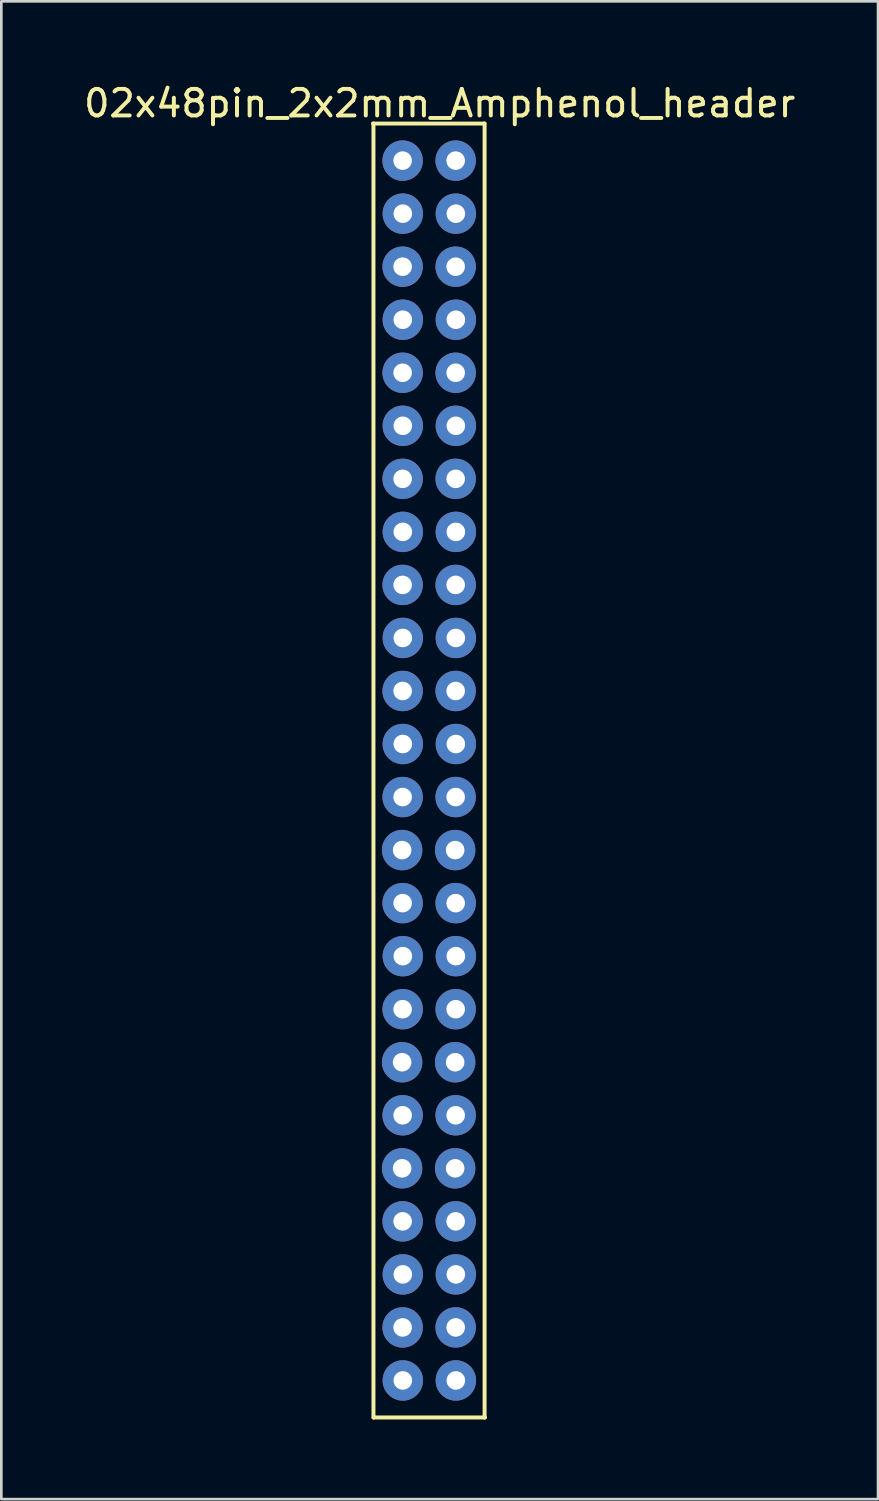
<source format=kicad_pcb>
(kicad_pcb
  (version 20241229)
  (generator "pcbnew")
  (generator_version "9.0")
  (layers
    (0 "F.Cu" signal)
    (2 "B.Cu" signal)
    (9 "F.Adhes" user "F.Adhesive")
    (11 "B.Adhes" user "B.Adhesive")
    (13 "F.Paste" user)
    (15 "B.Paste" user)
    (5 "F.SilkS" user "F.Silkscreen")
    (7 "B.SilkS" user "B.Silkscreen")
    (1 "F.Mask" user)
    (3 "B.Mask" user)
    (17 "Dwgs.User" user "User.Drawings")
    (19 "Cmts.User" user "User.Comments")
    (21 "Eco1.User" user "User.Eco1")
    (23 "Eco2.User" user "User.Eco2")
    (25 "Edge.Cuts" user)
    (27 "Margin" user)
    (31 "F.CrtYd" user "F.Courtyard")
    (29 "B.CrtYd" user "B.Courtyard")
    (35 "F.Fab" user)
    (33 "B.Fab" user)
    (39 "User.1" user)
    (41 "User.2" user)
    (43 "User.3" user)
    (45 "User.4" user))
  (footprint "02x48pin_2x2mm_Amphenol_header"
    (layer "F.Cu")
    (at 12.133 3.007)
    (property "Reference" "02x48pin_2x2mm_Amphenol_header" (at 1.397 -2.159 0) (layer "F.SilkS") (effects (font (size 1 1) (thickness 0.15))))
    (attr through_hole)
    (fp_line (start -1.118 -1.397) (end 3.082 -1.397) (stroke (width 0.15) (type solid)) (layer "F.SilkS"))
    (fp_line (start -1.1 -1.4) (end -1.1 47.4) (stroke (width 0.15) (type solid)) (layer "F.SilkS"))
    (fp_line (start -1.092 47.396) (end 3.108 47.396) (stroke (width 0.15) (type solid)) (layer "F.SilkS"))
    (fp_line (start 3.091 -1.4) (end 3.091 47.4) (stroke (width 0.15) (type solid)) (layer "F.SilkS"))
    (pad "1" thru_hole circle (at 0 0) (size 1.524 1.524) (drill 0.7) (layers "*.Cu" "*.Mask"))
    (pad "2" thru_hole circle (at 2 0) (size 1.524 1.524) (drill 0.7) (layers "*.Cu" "*.Mask"))
    (pad "3" thru_hole circle (at 0.007 2 180) (size 1.524 1.524) (drill 0.7) (layers "*.Cu" "*.Mask"))
    (pad "4" thru_hole circle (at 2.007 2 180) (size 1.524 1.524) (drill 0.7) (layers "*.Cu" "*.Mask"))
    (pad "5" thru_hole circle (at 0 4) (size 1.524 1.524) (drill 0.7) (layers "*.Cu" "*.Mask"))
    (pad "6" thru_hole circle (at 2 4) (size 1.524 1.524) (drill 0.7) (layers "*.Cu" "*.Mask"))
    (pad "7" thru_hole circle (at 0.007 6 180) (size 1.524 1.524) (drill 0.7) (layers "*.Cu" "*.Mask"))
    (pad "8" thru_hole circle (at 2.007 6 180) (size 1.524 1.524) (drill 0.7) (layers "*.Cu" "*.Mask"))
    (pad "9" thru_hole circle (at 0 8) (size 1.524 1.524) (drill 0.7) (layers "*.Cu" "*.Mask"))
    (pad "10" thru_hole circle (at 2 8) (size 1.524 1.524) (drill 0.7) (layers "*.Cu" "*.Mask"))
    (pad "11" thru_hole circle (at 0.007 10 180) (size 1.524 1.524) (drill 0.7) (layers "*.Cu" "*.Mask"))
    (pad "12" thru_hole circle (at 2.007 10 180) (size 1.524 1.524) (drill 0.7) (layers "*.Cu" "*.Mask"))
    (pad "13" thru_hole circle (at 0 12) (size 1.524 1.524) (drill 0.7) (layers "*.Cu" "*.Mask"))
    (pad "14" thru_hole circle (at 2 12) (size 1.524 1.524) (drill 0.7) (layers "*.Cu" "*.Mask"))
    (pad "15" thru_hole circle (at 0.007 14 180) (size 1.524 1.524) (drill 0.7) (layers "*.Cu" "*.Mask"))
    (pad "16" thru_hole circle (at 2.007 14 180) (size 1.524 1.524) (drill 0.7) (layers "*.Cu" "*.Mask"))
    (pad "17" thru_hole circle (at 0 16) (size 1.524 1.524) (drill 0.7) (layers "*.Cu" "*.Mask"))
    (pad "18" thru_hole circle (at 2 16) (size 1.524 1.524) (drill 0.7) (layers "*.Cu" "*.Mask"))
    (pad "19" thru_hole circle (at 0.007 18 180) (size 1.524 1.524) (drill 0.7) (layers "*.Cu" "*.Mask"))
    (pad "20" thru_hole circle (at 2.007 18 180) (size 1.524 1.524) (drill 0.7) (layers "*.Cu" "*.Mask"))
    (pad "21" thru_hole circle (at 0 20) (size 1.524 1.524) (drill 0.7) (layers "*.Cu" "*.Mask"))
    (pad "22" thru_hole circle (at 2 20) (size 1.524 1.524) (drill 0.7) (layers "*.Cu" "*.Mask"))
    (pad "23" thru_hole circle (at 0.007 22 180) (size 1.524 1.524) (drill 0.7) (layers "*.Cu" "*.Mask"))
    (pad "24" thru_hole circle (at 2.007 22 180) (size 1.524 1.524) (drill 0.7) (layers "*.Cu" "*.Mask"))
    (pad "25" thru_hole circle (at 0 24) (size 1.524 1.524) (drill 0.7) (layers "*.Cu" "*.Mask"))
    (pad "26" thru_hole circle (at 2 24) (size 1.524 1.524) (drill 0.7) (layers "*.Cu" "*.Mask"))
    (pad "27" thru_hole circle (at -0.019 26 180) (size 1.524 1.524) (drill 0.7) (layers "*.Cu" "*.Mask"))
    (pad "28" thru_hole circle (at 1.981 26 180) (size 1.524 1.524) (drill 0.7) (layers "*.Cu" "*.Mask"))
    (pad "29" thru_hole circle (at 0 28) (size 1.524 1.524) (drill 0.7) (layers "*.Cu" "*.Mask"))
    (pad "30" thru_hole circle (at 2 28) (size 1.524 1.524) (drill 0.7) (layers "*.Cu" "*.Mask"))
    (pad "31" thru_hole circle (at 0.007 30 180) (size 1.524 1.524) (drill 0.7) (layers "*.Cu" "*.Mask"))
    (pad "32" thru_hole circle (at 2.007 30 180) (size 1.524 1.524) (drill 0.7) (layers "*.Cu" "*.Mask"))
    (pad "33" thru_hole circle (at 0 32) (size 1.524 1.524) (drill 0.7) (layers "*.Cu" "*.Mask"))
    (pad "34" thru_hole circle (at 2 32) (size 1.524 1.524) (drill 0.7) (layers "*.Cu" "*.Mask"))
    (pad "35" thru_hole circle (at -0.019 34 180) (size 1.524 1.524) (drill 0.7) (layers "*.Cu" "*.Mask"))
    (pad "36" thru_hole circle (at 1.981 34 180) (size 1.524 1.524) (drill 0.7) (layers "*.Cu" "*.Mask"))
    (pad "37" thru_hole circle (at 0 36) (size 1.524 1.524) (drill 0.7) (layers "*.Cu" "*.Mask"))
    (pad "38" thru_hole circle (at 2 36) (size 1.524 1.524) (drill 0.7) (layers "*.Cu" "*.Mask"))
    (pad "39" thru_hole circle (at -0.019 38 180) (size 1.524 1.524) (drill 0.7) (layers "*.Cu" "*.Mask"))
    (pad "40" thru_hole circle (at 1.981 38 180) (size 1.524 1.524) (drill 0.7) (layers "*.Cu" "*.Mask"))
    (pad "41" thru_hole circle (at 0 40) (size 1.524 1.524) (drill 0.7) (layers "*.Cu" "*.Mask"))
    (pad "42" thru_hole circle (at 2 40) (size 1.524 1.524) (drill 0.7) (layers "*.Cu" "*.Mask"))
    (pad "43" thru_hole circle (at 0.007 42 180) (size 1.524 1.524) (drill 0.7) (layers "*.Cu" "*.Mask"))
    (pad "44" thru_hole circle (at 2.007 42 180) (size 1.524 1.524) (drill 0.7) (layers "*.Cu" "*.Mask"))
    (pad "45" thru_hole circle (at 0 44) (size 1.524 1.524) (drill 0.7) (layers "*.Cu" "*.Mask"))
    (pad "46" thru_hole circle (at 2 44) (size 1.524 1.524) (drill 0.7) (layers "*.Cu" "*.Mask"))
    (pad "47" thru_hole circle (at 0.007 46 180) (size 1.524 1.524) (drill 0.7) (layers "*.Cu" "*.Mask"))
    (pad "48" thru_hole circle (at 2.007 46 180) (size 1.524 1.524) (drill 0.7) (layers "*.Cu" "*.Mask")))
  (gr_rect
    (start -3 -3)
    (end 30.06 53.482)
    (stroke (width 0.1) (type default))
    (fill no)
    (layer "Edge.Cuts")))
</source>
